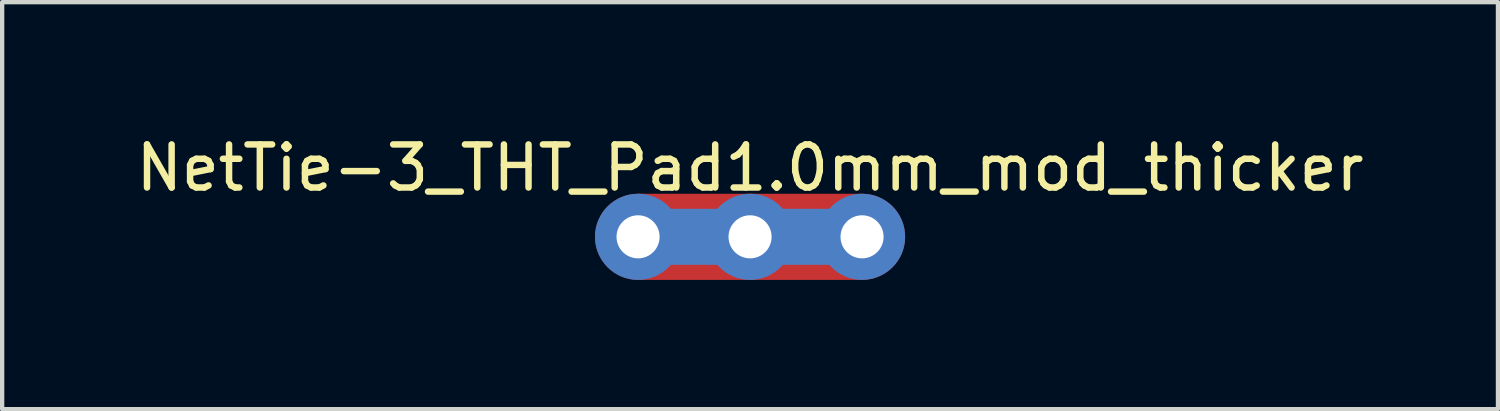
<source format=kicad_pcb>
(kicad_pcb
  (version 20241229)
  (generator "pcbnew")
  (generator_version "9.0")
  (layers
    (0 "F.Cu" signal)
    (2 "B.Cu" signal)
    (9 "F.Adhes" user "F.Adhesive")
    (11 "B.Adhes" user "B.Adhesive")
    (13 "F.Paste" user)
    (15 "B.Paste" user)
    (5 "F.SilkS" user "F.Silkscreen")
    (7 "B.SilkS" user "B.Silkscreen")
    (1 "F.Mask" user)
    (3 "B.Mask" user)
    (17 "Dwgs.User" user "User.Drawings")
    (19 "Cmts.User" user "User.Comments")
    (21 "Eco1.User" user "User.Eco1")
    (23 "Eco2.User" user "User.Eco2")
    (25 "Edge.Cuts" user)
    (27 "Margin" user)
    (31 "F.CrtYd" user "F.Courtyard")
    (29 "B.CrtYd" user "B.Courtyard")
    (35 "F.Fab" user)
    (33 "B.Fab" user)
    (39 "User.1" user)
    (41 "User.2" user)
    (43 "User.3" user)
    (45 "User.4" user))
  (footprint "NetTie-3_THT_Pad1.0mm_mod_thicker"
    (layer "F.Cu")
    (at 11.763 2.448)
    (property "Reference" "NetTie-3_THT_Pad1.0mm_mod_thicker" (at 2.6 -1.6 180) (layer "F.SilkS") (effects (font (size 1 1) (thickness 0.15))))
    (attr exclude_from_pos_files exclude_from_bom)
    (fp_poly (pts (xy 0 -1) (xy 5.2 -1) (xy 5.2 1) (xy 0 1)) (stroke (width 0) (type solid)) (fill yes) (layer "F.Cu"))
    (fp_poly (pts (xy 0 -0.65) (xy 5.2 -0.65) (xy 5.2 0.65) (xy 0 0.65)) (stroke (width 0) (type solid)) (fill yes) (layer "B.Cu"))
    (pad "1" thru_hole circle (at 0 0) (size 2 2) (drill 1) (layers "*.Cu"))
    (pad "2" thru_hole circle (at 2.6 0) (size 2 2) (drill 1) (layers "*.Cu"))
    (pad "3" thru_hole circle (at 5.2 0) (size 2 2) (drill 1) (layers "*.Cu")))
  (gr_rect
    (start -3 -3)
    (end 31.726 6.448)
    (stroke (width 0.1) (type default))
    (fill no)
    (layer "Edge.Cuts")))
</source>
